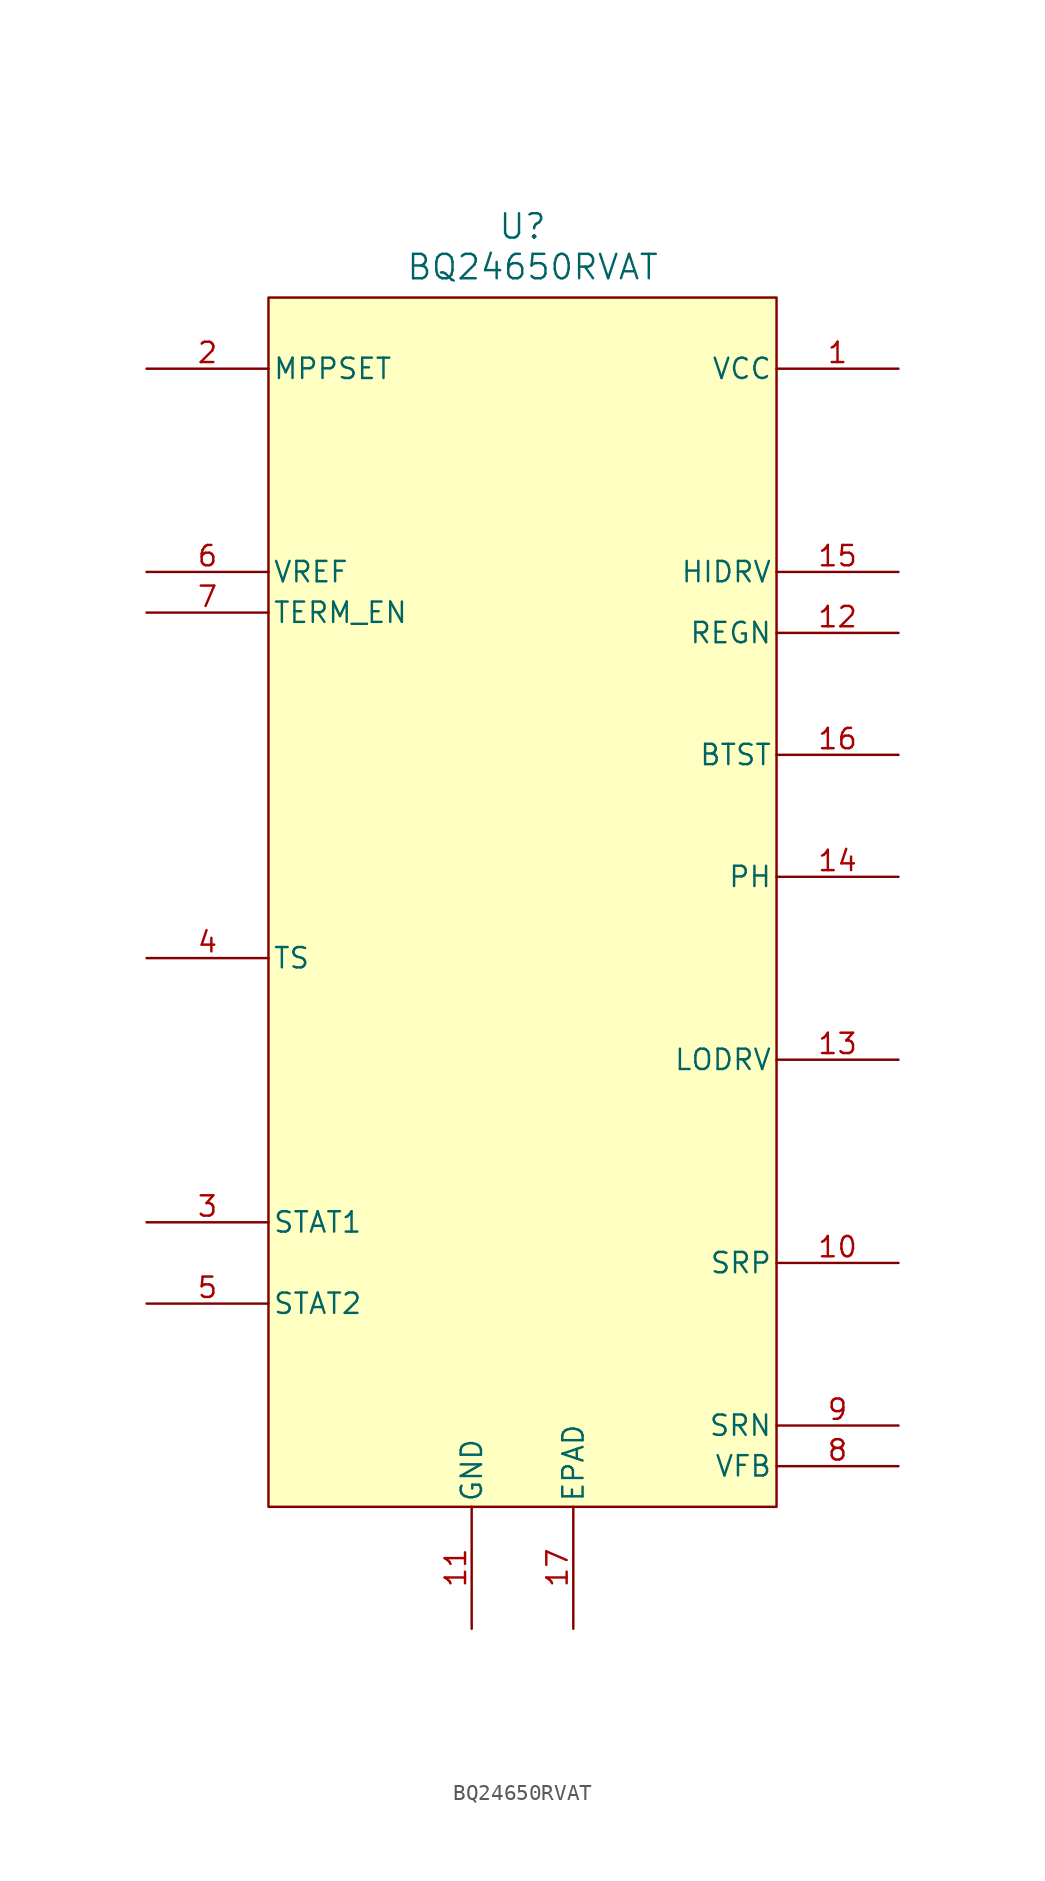
<source format=kicad_sym>
(kicad_symbol_lib
  (version 20220914)
  (generator kicad_symbol_editor)
  (symbol "BQ24650RVAT"
    (pin_names
      (offset 0.254))
    (property "Reference" "U"
      (at 57.785 111.76 0)
      (effects (font (size 1.524 1.524))))
    (property "Value" "BQ24650RVAT"
      (at 58.42 109.22 0)
      (effects (font (size 1.524 1.524))))
    (property "ki_locked" ""
      (at 0 0 0)
      (effects (font (size 1.27 1.27))))
    (symbol "BQ24650RVAT_0_1"
      (pin bidirectional line (at 81.28 46.99 180) (length 7.62) (name "SRP" (effects (font (size 1.27 1.27)))) (number "10" (effects (font (size 1.27 1.27)))))
      (pin power_in line (at 81.28 86.36 180) (length 7.62) (name "REGN" (effects (font (size 1.27 1.27)))) (number "12" (effects (font (size 1.27 1.27)))))
      (pin output line (at 81.28 59.69 180) (length 7.62) (name "LODRV" (effects (font (size 1.27 1.27)))) (number "13" (effects (font (size 1.27 1.27)))))
      (pin power_in line (at 81.28 71.12 180) (length 7.62) (name "PH" (effects (font (size 1.27 1.27)))) (number "14" (effects (font (size 1.27 1.27)))))
      (pin output line (at 81.28 90.17 180) (length 7.62) (name "HIDRV" (effects (font (size 1.27 1.27)))) (number "15" (effects (font (size 1.27 1.27)))))
      (pin power_in line (at 81.28 78.74 180) (length 7.62) (name "BTST" (effects (font (size 1.27 1.27)))) (number "16" (effects (font (size 1.27 1.27)))))
      (pin input line (at 34.29 102.87 0) (length 7.62) (name "MPPSET" (effects (font (size 1.27 1.27)))) (number "2" (effects (font (size 1.27 1.27)))))
      (pin output line (at 34.29 49.53 0) (length 7.62) (name "STAT1" (effects (font (size 1.27 1.27)))) (number "3" (effects (font (size 1.27 1.27)))))
      (pin input line (at 34.29 66.04 0) (length 7.62) (name "TS" (effects (font (size 1.27 1.27)))) (number "4" (effects (font (size 1.27 1.27)))))
      (pin output line (at 34.29 44.45 0) (length 7.62) (name "STAT2" (effects (font (size 1.27 1.27)))) (number "5" (effects (font (size 1.27 1.27)))))
      (pin power_in line (at 34.29 90.17 0) (length 7.62) (name "VREF" (effects (font (size 1.27 1.27)))) (number "6" (effects (font (size 1.27 1.27)))))
      (pin input line (at 81.28 34.29 180) (length 7.62) (name "VFB" (effects (font (size 1.27 1.27)))) (number "8" (effects (font (size 1.27 1.27)))))
      (pin input line (at 81.28 36.83 180) (length 7.62) (name "SRN" (effects (font (size 1.27 1.27)))) (number "9" (effects (font (size 1.27 1.27))))))
    (symbol "BQ24650RVAT_1_1"
      (polyline (pts (xy 41.91 102.87) (xy 41.91 31.75) (xy 73.66 31.75) (xy 73.66 102.87) (xy 73.66 107.315) (xy 41.91 107.315) (xy 41.91 102.87)) (stroke (width 0) (type default)) (fill (type background)))
      (pin power_in line (at 81.28 102.87 180) (length 7.62) (name "VCC" (effects (font (size 1.27 1.27)))) (number "1" (effects (font (size 1.27 1.27)))))
      (pin power_in line (at 54.61 24.13 90) (length 7.62) (name "GND" (effects (font (size 1.27 1.27)))) (number "11" (effects (font (size 1.27 1.27)))))
      (pin power_in line (at 60.96 24.13 90) (length 7.62) (name "EPAD" (effects (font (size 1.27 1.27)))) (number "17" (effects (font (size 1.27 1.27)))))
      (pin input line (at 34.29 87.63 0) (length 7.62) (name "TERM_EN" (effects (font (size 1.27 1.27)))) (number "7" (effects (font (size 1.27 1.27))))))))
</source>
